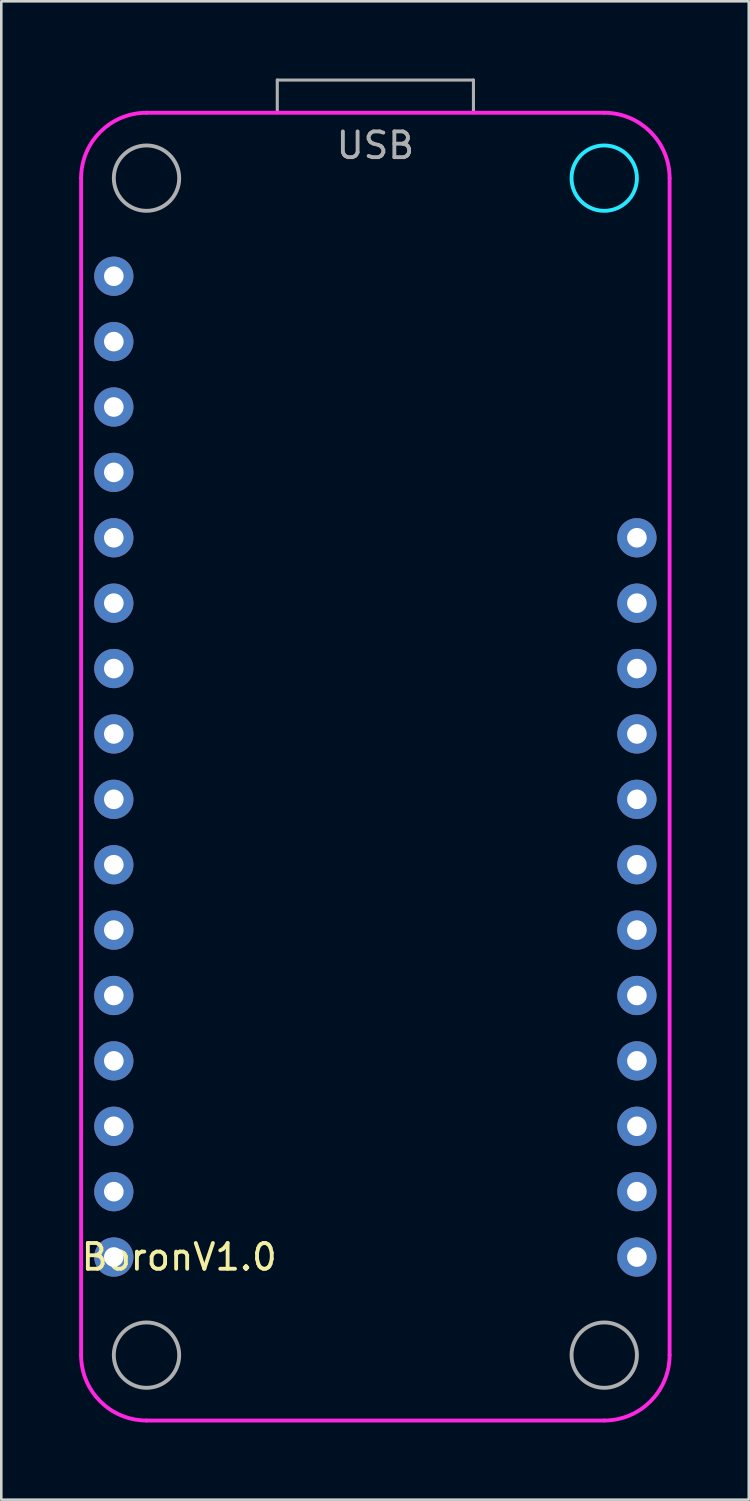
<source format=kicad_pcb>
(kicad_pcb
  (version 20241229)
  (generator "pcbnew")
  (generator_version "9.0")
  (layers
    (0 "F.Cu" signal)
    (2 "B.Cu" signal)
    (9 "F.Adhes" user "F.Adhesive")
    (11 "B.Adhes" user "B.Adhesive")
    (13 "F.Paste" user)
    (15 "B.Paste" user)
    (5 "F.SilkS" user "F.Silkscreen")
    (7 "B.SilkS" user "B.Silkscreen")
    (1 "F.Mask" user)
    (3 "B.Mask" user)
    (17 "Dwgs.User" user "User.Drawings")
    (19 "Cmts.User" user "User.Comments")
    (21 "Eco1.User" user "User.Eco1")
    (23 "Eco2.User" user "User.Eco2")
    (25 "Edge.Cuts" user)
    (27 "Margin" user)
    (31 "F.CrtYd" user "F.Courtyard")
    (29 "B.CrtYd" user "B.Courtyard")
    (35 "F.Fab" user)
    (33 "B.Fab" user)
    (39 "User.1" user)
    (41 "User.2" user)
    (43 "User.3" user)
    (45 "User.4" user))
  (footprint "BoronV1.0"
    (layer "F.Cu")
    (at 1.371 45.78)
    (property "Reference" "BoronV1.0" (at 2.54 0 0) (layer "F.SilkS") (effects (font (size 1 1) (thickness 0.15))))
    (attr through_hole)
    (fp_circle (center 19.05 -41.91) (end 20.32 -41.91) (stroke (width 0.15) (type solid)) (fill no) (layer "B.CrtYd"))
    (fp_line (start -1.27 3.81) (end -1.27 -41.91) (stroke (width 0.15) (type solid)) (layer "F.CrtYd"))
    (fp_line (start 1.27 -44.45) (end 19.05 -44.45) (stroke (width 0.15) (type solid)) (layer "F.CrtYd"))
    (fp_line (start 19.05 6.35) (end 1.27 6.35) (stroke (width 0.15) (type solid)) (layer "F.CrtYd"))
    (fp_line (start 21.59 -41.91) (end 21.59 3.81) (stroke (width 0.15) (type solid)) (layer "F.CrtYd"))
    (fp_arc (start -1.27 -41.91) (mid -0.526051 -43.706051) (end 1.27 -44.45) (stroke (width 0.15) (type solid)) (layer "F.CrtYd"))
    (fp_arc (start 1.27 6.35) (mid -0.526051 5.606051) (end -1.27 3.81) (stroke (width 0.15) (type solid)) (layer "F.CrtYd"))
    (fp_arc (start 19.05 -44.45) (mid 20.846051 -43.706051) (end 21.59 -41.91) (stroke (width 0.15) (type solid)) (layer "F.CrtYd"))
    (fp_arc (start 21.59 3.81) (mid 20.846051 5.606051) (end 19.05 6.35) (stroke (width 0.15) (type solid)) (layer "F.CrtYd"))
    (fp_line (start 6.35 -45.72) (end 6.35 -44.45) (stroke (width 0.12) (type solid)) (layer "F.Fab"))
    (fp_line (start 6.35 -45.72) (end 13.97 -45.72) (stroke (width 0.12) (type solid)) (layer "F.Fab"))
    (fp_line (start 13.97 -45.72) (end 13.97 -44.45) (stroke (width 0.12) (type solid)) (layer "F.Fab"))
    (fp_circle (center 1.27 -41.91) (end 2.54 -41.91) (stroke (width 0.15) (type solid)) (fill no) (layer "F.Fab"))
    (fp_circle (center 1.27 3.81) (end 2.54 3.81) (stroke (width 0.15) (type solid)) (fill no) (layer "F.Fab"))
    (fp_circle (center 19.05 3.81) (end 20.32 3.81) (stroke (width 0.15) (type solid)) (fill no) (layer "F.Fab"))
    (fp_text user "USB" (at 10.16 -43.18 0) (layer "F.Fab") (effects (font (size 1 1) (thickness 0.15))))
    (pad "1" thru_hole circle (at 0 -38.1) (size 1.524 1.524) (drill 0.762) (layers "*.Cu" "*.Mask"))
    (pad "2" thru_hole circle (at 0 -35.56) (size 1.524 1.524) (drill 0.762) (layers "*.Cu" "*.Mask"))
    (pad "3" thru_hole circle (at 0 -33.02) (size 1.524 1.524) (drill 0.762) (layers "*.Cu" "*.Mask"))
    (pad "4" thru_hole circle (at 0 -30.48) (size 1.524 1.524) (drill 0.762) (layers "*.Cu" "*.Mask"))
    (pad "5" thru_hole circle (at 0 -27.94) (size 1.524 1.524) (drill 0.762) (layers "*.Cu" "*.Mask"))
    (pad "6" thru_hole circle (at 0 -25.4) (size 1.524 1.524) (drill 0.762) (layers "*.Cu" "*.Mask"))
    (pad "7" thru_hole circle (at 0 -22.86) (size 1.524 1.524) (drill 0.762) (layers "*.Cu" "*.Mask"))
    (pad "8" thru_hole circle (at 0 -20.32) (size 1.524 1.524) (drill 0.762) (layers "*.Cu" "*.Mask"))
    (pad "9" thru_hole circle (at 0 -17.78) (size 1.524 1.524) (drill 0.762) (layers "*.Cu" "*.Mask"))
    (pad "10" thru_hole circle (at 0 -15.24) (size 1.524 1.524) (drill 0.762) (layers "*.Cu" "*.Mask"))
    (pad "11" thru_hole circle (at 0 -12.7) (size 1.524 1.524) (drill 0.762) (layers "*.Cu" "*.Mask"))
    (pad "12" thru_hole circle (at 0 -10.16) (size 1.524 1.524) (drill 0.762) (layers "*.Cu" "*.Mask"))
    (pad "13" thru_hole circle (at 0 -7.62) (size 1.524 1.524) (drill 0.762) (layers "*.Cu" "*.Mask"))
    (pad "14" thru_hole circle (at 0 -5.08) (size 1.524 1.524) (drill 0.762) (layers "*.Cu" "*.Mask"))
    (pad "15" thru_hole circle (at 0 -2.54) (size 1.524 1.524) (drill 0.762) (layers "*.Cu" "*.Mask"))
    (pad "16" thru_hole circle (at 0 0) (size 1.524 1.524) (drill 0.762) (layers "*.Cu" "*.Mask"))
    (pad "17" thru_hole circle (at 20.32 0) (size 1.524 1.524) (drill 0.762) (layers "*.Cu" "*.Mask"))
    (pad "18" thru_hole circle (at 20.32 -2.54) (size 1.524 1.524) (drill 0.762) (layers "*.Cu" "*.Mask"))
    (pad "19" thru_hole circle (at 20.32 -5.08) (size 1.524 1.524) (drill 0.762) (layers "*.Cu" "*.Mask"))
    (pad "20" thru_hole circle (at 20.32 -7.62) (size 1.524 1.524) (drill 0.762) (layers "*.Cu" "*.Mask"))
    (pad "21" thru_hole circle (at 20.32 -10.16) (size 1.524 1.524) (drill 0.762) (layers "*.Cu" "*.Mask"))
    (pad "22" thru_hole circle (at 20.32 -12.7) (size 1.524 1.524) (drill 0.762) (layers "*.Cu" "*.Mask"))
    (pad "23" thru_hole circle (at 20.32 -15.24) (size 1.524 1.524) (drill 0.762) (layers "*.Cu" "*.Mask"))
    (pad "24" thru_hole circle (at 20.32 -17.78) (size 1.524 1.524) (drill 0.762) (layers "*.Cu" "*.Mask"))
    (pad "25" thru_hole circle (at 20.32 -20.32) (size 1.524 1.524) (drill 0.762) (layers "*.Cu" "*.Mask"))
    (pad "26" thru_hole circle (at 20.32 -22.86) (size 1.524 1.524) (drill 0.762) (layers "*.Cu" "*.Mask"))
    (pad "27" thru_hole circle (at 20.32 -25.4) (size 1.524 1.524) (drill 0.762) (layers "*.Cu" "*.Mask"))
    (pad "28" thru_hole circle (at 20.32 -27.94) (size 1.524 1.524) (drill 0.762) (layers "*.Cu" "*.Mask")))
  (gr_rect
    (start -3 -3)
    (end 26.036 55.205)
    (stroke (width 0.1) (type default))
    (fill no)
    (layer "Edge.Cuts")))
</source>
